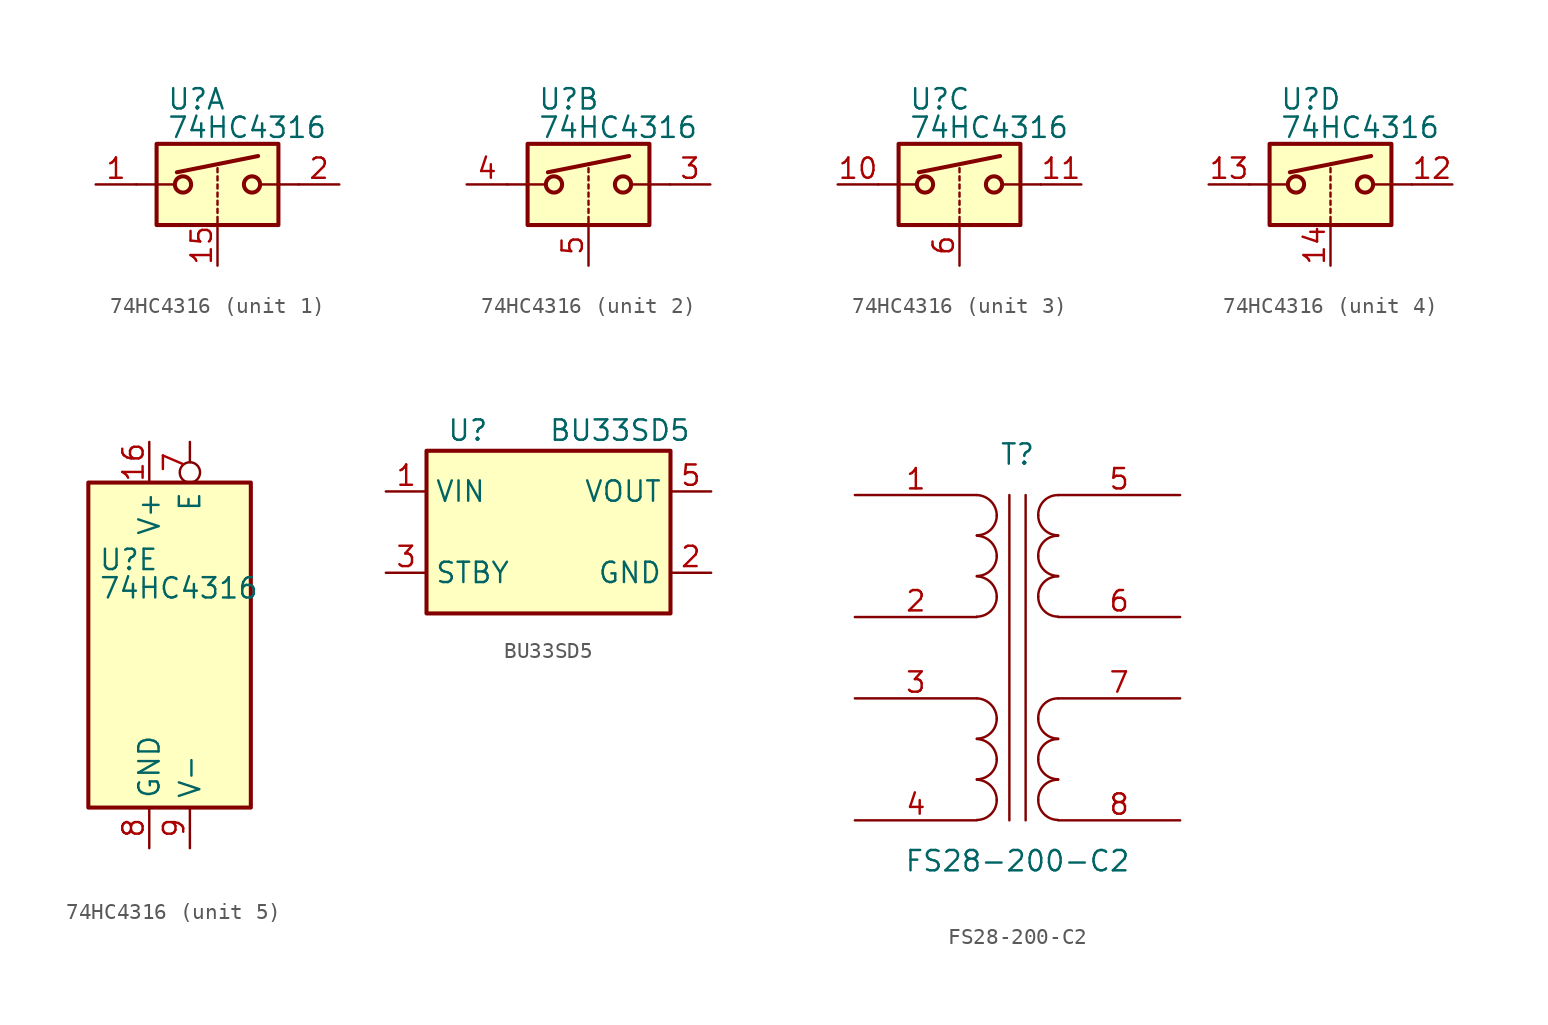
<source format=kicad_sym>
(kicad_symbol_lib
  (version 20211014)
  (generator kicad_symbol_editor)
  (symbol "74HC4316"
    (property "Reference" "U"
      (at -3.175 5.334 0)
      (effects (font (size 1.27 1.27)) (justify left)))
    (property "Value" "74HC4316"
      (at -3.175 3.556 0)
      (effects (font (size 1.27 1.27)) (justify left)))
    (symbol "74HC4316_1_1"
      (rectangle (start -3.81 2.54) (end 3.81 -2.54) (stroke (width 0.254) (type default) (color 0 0 0 0)) (fill (type background)))
      (circle (center -2.159 0) (radius 0.508) (stroke (width 0.254) (type default) (color 0 0 0 0)) (fill (type none)))
      (polyline (pts (xy -5.08 0) (xy -2.794 0)) (stroke (width 0) (type default) (color 0 0 0 0)) (fill (type none)))
      (polyline (pts (xy -2.54 0.762) (xy 2.54 1.778)) (stroke (width 0.254) (type default) (color 0 0 0 0)) (fill (type none)))
      (polyline (pts (xy 0 -2.54) (xy 0 -2.032)) (stroke (width 0) (type default) (color 0 0 0 0)) (fill (type none)))
      (polyline (pts (xy 0 -1.778) (xy 0 -1.524)) (stroke (width 0) (type default) (color 0 0 0 0)) (fill (type none)))
      (polyline (pts (xy 0 -1.27) (xy 0 -1.016)) (stroke (width 0) (type default) (color 0 0 0 0)) (fill (type none)))
      (polyline (pts (xy 0 -0.762) (xy 0 -0.508)) (stroke (width 0) (type default) (color 0 0 0 0)) (fill (type none)))
      (polyline (pts (xy 0 -0.254) (xy 0 0)) (stroke (width 0) (type default) (color 0 0 0 0)) (fill (type none)))
      (polyline (pts (xy 0 0.254) (xy 0 0.508)) (stroke (width 0) (type default) (color 0 0 0 0)) (fill (type none)))
      (polyline (pts (xy 0 0.762) (xy 0 1.016)) (stroke (width 0) (type default) (color 0 0 0 0)) (fill (type none)))
      (polyline (pts (xy 5.08 0) (xy 2.794 0)) (stroke (width 0) (type default) (color 0 0 0 0)) (fill (type none)))
      (circle (center 2.159 0) (radius 0.508) (stroke (width 0.254) (type default) (color 0 0 0 0)) (fill (type none)))
      (pin passive line (at -7.62 0 0) (length 2.54) (name "~" (effects (font (size 1.27 1.27)))) (number "1" (effects (font (size 1.27 1.27)))))
      (pin input line (at 0 -5.08 90) (length 2.54) (name "~" (effects (font (size 1.27 1.27)))) (number "15" (effects (font (size 1.27 1.27)))))
      (pin passive line (at 7.62 0 180) (length 2.54) (name "~" (effects (font (size 1.27 1.27)))) (number "2" (effects (font (size 1.27 1.27))))))
    (symbol "74HC4316_2_1"
      (rectangle (start -3.81 2.54) (end 3.81 -2.54) (stroke (width 0.254) (type default) (color 0 0 0 0)) (fill (type background)))
      (circle (center -2.159 0) (radius 0.508) (stroke (width 0.254) (type default) (color 0 0 0 0)) (fill (type none)))
      (polyline (pts (xy -5.08 0) (xy -2.794 0)) (stroke (width 0) (type default) (color 0 0 0 0)) (fill (type none)))
      (polyline (pts (xy -2.54 0.762) (xy 2.54 1.778)) (stroke (width 0.254) (type default) (color 0 0 0 0)) (fill (type none)))
      (polyline (pts (xy 0 -2.54) (xy 0 -2.032)) (stroke (width 0) (type default) (color 0 0 0 0)) (fill (type none)))
      (polyline (pts (xy 0 -1.778) (xy 0 -1.524)) (stroke (width 0) (type default) (color 0 0 0 0)) (fill (type none)))
      (polyline (pts (xy 0 -1.27) (xy 0 -1.016)) (stroke (width 0) (type default) (color 0 0 0 0)) (fill (type none)))
      (polyline (pts (xy 0 -0.762) (xy 0 -0.508)) (stroke (width 0) (type default) (color 0 0 0 0)) (fill (type none)))
      (polyline (pts (xy 0 -0.254) (xy 0 0)) (stroke (width 0) (type default) (color 0 0 0 0)) (fill (type none)))
      (polyline (pts (xy 0 0.254) (xy 0 0.508)) (stroke (width 0) (type default) (color 0 0 0 0)) (fill (type none)))
      (polyline (pts (xy 0 0.762) (xy 0 1.016)) (stroke (width 0) (type default) (color 0 0 0 0)) (fill (type none)))
      (polyline (pts (xy 5.08 0) (xy 2.794 0)) (stroke (width 0) (type default) (color 0 0 0 0)) (fill (type none)))
      (circle (center 2.159 0) (radius 0.508) (stroke (width 0.254) (type default) (color 0 0 0 0)) (fill (type none)))
      (pin passive line (at 7.62 0 180) (length 2.54) (name "~" (effects (font (size 1.27 1.27)))) (number "3" (effects (font (size 1.27 1.27)))))
      (pin passive line (at -7.62 0 0) (length 2.54) (name "~" (effects (font (size 1.27 1.27)))) (number "4" (effects (font (size 1.27 1.27)))))
      (pin input line (at 0 -5.08 90) (length 2.54) (name "~" (effects (font (size 1.27 1.27)))) (number "5" (effects (font (size 1.27 1.27))))))
    (symbol "74HC4316_3_1"
      (rectangle (start -3.81 2.54) (end 3.81 -2.54) (stroke (width 0.254) (type default) (color 0 0 0 0)) (fill (type background)))
      (circle (center -2.159 0) (radius 0.508) (stroke (width 0.254) (type default) (color 0 0 0 0)) (fill (type none)))
      (polyline (pts (xy -5.08 0) (xy -2.794 0)) (stroke (width 0) (type default) (color 0 0 0 0)) (fill (type none)))
      (polyline (pts (xy -2.54 0.762) (xy 2.54 1.778)) (stroke (width 0.254) (type default) (color 0 0 0 0)) (fill (type none)))
      (polyline (pts (xy 0 -2.54) (xy 0 -2.032)) (stroke (width 0) (type default) (color 0 0 0 0)) (fill (type none)))
      (polyline (pts (xy 0 -1.778) (xy 0 -1.524)) (stroke (width 0) (type default) (color 0 0 0 0)) (fill (type none)))
      (polyline (pts (xy 0 -1.27) (xy 0 -1.016)) (stroke (width 0) (type default) (color 0 0 0 0)) (fill (type none)))
      (polyline (pts (xy 0 -0.762) (xy 0 -0.508)) (stroke (width 0) (type default) (color 0 0 0 0)) (fill (type none)))
      (polyline (pts (xy 0 -0.254) (xy 0 0)) (stroke (width 0) (type default) (color 0 0 0 0)) (fill (type none)))
      (polyline (pts (xy 0 0.254) (xy 0 0.508)) (stroke (width 0) (type default) (color 0 0 0 0)) (fill (type none)))
      (polyline (pts (xy 0 0.762) (xy 0 1.016)) (stroke (width 0) (type default) (color 0 0 0 0)) (fill (type none)))
      (polyline (pts (xy 5.08 0) (xy 2.794 0)) (stroke (width 0) (type default) (color 0 0 0 0)) (fill (type none)))
      (circle (center 2.159 0) (radius 0.508) (stroke (width 0.254) (type default) (color 0 0 0 0)) (fill (type none)))
      (pin passive line (at -7.62 0 0) (length 2.54) (name "~" (effects (font (size 1.27 1.27)))) (number "10" (effects (font (size 1.27 1.27)))))
      (pin passive line (at 7.62 0 180) (length 2.54) (name "~" (effects (font (size 1.27 1.27)))) (number "11" (effects (font (size 1.27 1.27)))))
      (pin input line (at 0 -5.08 90) (length 2.54) (name "~" (effects (font (size 1.27 1.27)))) (number "6" (effects (font (size 1.27 1.27))))))
    (symbol "74HC4316_4_1"
      (rectangle (start -3.81 2.54) (end 3.81 -2.54) (stroke (width 0.254) (type default) (color 0 0 0 0)) (fill (type background)))
      (circle (center -2.159 0) (radius 0.508) (stroke (width 0.254) (type default) (color 0 0 0 0)) (fill (type none)))
      (polyline (pts (xy -5.08 0) (xy -2.794 0)) (stroke (width 0) (type default) (color 0 0 0 0)) (fill (type none)))
      (polyline (pts (xy -2.54 0.762) (xy 2.54 1.778)) (stroke (width 0.254) (type default) (color 0 0 0 0)) (fill (type none)))
      (polyline (pts (xy 0 -2.54) (xy 0 -2.032)) (stroke (width 0) (type default) (color 0 0 0 0)) (fill (type none)))
      (polyline (pts (xy 0 -1.778) (xy 0 -1.524)) (stroke (width 0) (type default) (color 0 0 0 0)) (fill (type none)))
      (polyline (pts (xy 0 -1.27) (xy 0 -1.016)) (stroke (width 0) (type default) (color 0 0 0 0)) (fill (type none)))
      (polyline (pts (xy 0 -0.762) (xy 0 -0.508)) (stroke (width 0) (type default) (color 0 0 0 0)) (fill (type none)))
      (polyline (pts (xy 0 -0.254) (xy 0 0)) (stroke (width 0) (type default) (color 0 0 0 0)) (fill (type none)))
      (polyline (pts (xy 0 0.254) (xy 0 0.508)) (stroke (width 0) (type default) (color 0 0 0 0)) (fill (type none)))
      (polyline (pts (xy 0 0.762) (xy 0 1.016)) (stroke (width 0) (type default) (color 0 0 0 0)) (fill (type none)))
      (polyline (pts (xy 5.08 0) (xy 2.794 0)) (stroke (width 0) (type default) (color 0 0 0 0)) (fill (type none)))
      (circle (center 2.159 0) (radius 0.508) (stroke (width 0.254) (type default) (color 0 0 0 0)) (fill (type none)))
      (pin passive line (at 7.62 0 180) (length 2.54) (name "~" (effects (font (size 1.27 1.27)))) (number "12" (effects (font (size 1.27 1.27)))))
      (pin passive line (at -7.62 0 0) (length 2.54) (name "~" (effects (font (size 1.27 1.27)))) (number "13" (effects (font (size 1.27 1.27)))))
      (pin input line (at 0 -5.08 90) (length 2.54) (name "~" (effects (font (size 1.27 1.27)))) (number "14" (effects (font (size 1.27 1.27))))))
    (symbol "74HC4316_5_0"
      (pin power_in line (at 0 12.7 270) (length 2.54) (name "V+" (effects (font (size 1.27 1.27)))) (number "16" (effects (font (size 1.27 1.27)))))
      (pin input inverted (at 2.54 12.7 270) (length 2.54) (name "E" (effects (font (size 1.27 1.27)))) (number "7" (effects (font (size 1.27 1.27)))))
      (pin power_in line (at 0 -12.7 90) (length 2.54) (name "GND" (effects (font (size 1.27 1.27)))) (number "8" (effects (font (size 1.27 1.27)))))
      (pin power_in line (at 2.54 -12.7 90) (length 2.54) (name "V-" (effects (font (size 1.27 1.27)))) (number "9" (effects (font (size 1.27 1.27))))))
    (symbol "74HC4316_5_1"
      (rectangle (start -3.81 10.16) (end 6.35 -10.16) (stroke (width 0.254) (type default) (color 0 0 0 0)) (fill (type background)))))
  (symbol "BU33SD5"
    (property "Reference" "U"
      (at -6.35 6.35 0)
      (effects (font (size 1.27 1.27)) (justify left)))
    (property "Value" "BU33SD5"
      (at 0 6.35 0)
      (effects (font (size 1.27 1.27)) (justify left)))
    (symbol "BU33SD5_0_1"
      (rectangle (start -7.62 5.08) (end 7.62 -5.08) (stroke (width 0.254) (type default) (color 0 0 0 0)) (fill (type background))))
    (symbol "BU33SD5_1_1"
      (pin power_in line (at -10.16 2.54 0) (length 2.54) (name "VIN" (effects (font (size 1.27 1.27)))) (number "1" (effects (font (size 1.27 1.27)))))
      (pin power_in line (at 10.16 -2.54 180) (length 2.54) (name "GND" (effects (font (size 1.27 1.27)))) (number "2" (effects (font (size 1.27 1.27)))))
      (pin input line (at -10.16 -2.54 0) (length 2.54) (name "STBY" (effects (font (size 1.27 1.27)))) (number "3" (effects (font (size 1.27 1.27)))))
      (pin power_out line (at 10.16 2.54 180) (length 2.54) (name "VOUT" (effects (font (size 1.27 1.27)))) (number "5" (effects (font (size 1.27 1.27)))))))
  (symbol "FS28-200-C2"
    (pin_names
      (offset 1.016) hide)
    (property "Reference" "T"
      (at 0 12.7 0)
      (effects (font (size 1.27 1.27))))
    (property "Value" "FS28-200-C2"
      (at 0 -12.7 0)
      (effects (font (size 1.27 1.27))))
    (symbol "FS28-200-C2_0_1"
      (polyline (pts (xy -0.508 -10.16) (xy -0.508 10.16)) (stroke (width 0) (type default) (color 0 0 0 0)) (fill (type none)))
      (polyline (pts (xy 0.508 10.16) (xy 0.508 -10.16)) (stroke (width 0) (type default) (color 0 0 0 0)) (fill (type none)))
      (arc (start 1.2954 -8.89) (mid 1.6599 -9.7701) (end 2.54 -10.1346) (stroke (width 0) (type default) (color 0 0 0 0)) (fill (type none)))
      (arc (start 1.2954 -6.35) (mid 1.6599 -7.2301) (end 2.54 -7.5946) (stroke (width 0) (type default) (color 0 0 0 0)) (fill (type none)))
      (arc (start 1.2954 -3.81) (mid 1.6599 -4.6901) (end 2.54 -5.0546) (stroke (width 0) (type default) (color 0 0 0 0)) (fill (type none)))
      (arc (start 1.2954 3.81) (mid 1.6599 2.9299) (end 2.54 2.5654) (stroke (width 0) (type default) (color 0 0 0 0)) (fill (type none)))
      (arc (start 1.2954 6.35) (mid 1.6599 5.4699) (end 2.54 5.1054) (stroke (width 0) (type default) (color 0 0 0 0)) (fill (type none)))
      (arc (start 1.2954 8.89) (mid 1.6599 8.0099) (end 2.54 7.6454) (stroke (width 0) (type default) (color 0 0 0 0)) (fill (type none)))
      (arc (start 2.54 -7.62) (mid 1.642 -7.992) (end 1.2954 -8.89) (stroke (width 0) (type default) (color 0 0 0 0)) (fill (type none)))
      (arc (start 2.54 -5.08) (mid 1.642 -5.452) (end 1.2954 -6.35) (stroke (width 0) (type default) (color 0 0 0 0)) (fill (type none)))
      (arc (start 2.54 -2.54) (mid 1.642 -2.912) (end 1.2954 -3.81) (stroke (width 0) (type default) (color 0 0 0 0)) (fill (type none)))
      (arc (start 2.54 5.08) (mid 1.642 4.708) (end 1.2954 3.81) (stroke (width 0) (type default) (color 0 0 0 0)) (fill (type none)))
      (arc (start 2.54 7.62) (mid 1.642 7.248) (end 1.2954 6.35) (stroke (width 0) (type default) (color 0 0 0 0)) (fill (type none)))
      (arc (start 2.54 10.16) (mid 1.642 9.788) (end 1.2954 8.89) (stroke (width 0) (type default) (color 0 0 0 0)) (fill (type none))))
    (symbol "FS28-200-C2_1_1"
      (arc (start -2.54 -10.1346) (mid -1.6599 -9.7701) (end -1.2954 -8.89) (stroke (width 0) (type default) (color 0 0 0 0)) (fill (type none)))
      (arc (start -2.54 -7.5946) (mid -1.6599 -7.2301) (end -1.2954 -6.35) (stroke (width 0) (type default) (color 0 0 0 0)) (fill (type none)))
      (arc (start -2.54 -5.0546) (mid -1.6599 -4.6901) (end -1.2954 -3.81) (stroke (width 0) (type default) (color 0 0 0 0)) (fill (type none)))
      (arc (start -2.54 2.5654) (mid -1.6599 2.9299) (end -1.2954 3.81) (stroke (width 0) (type default) (color 0 0 0 0)) (fill (type none)))
      (arc (start -2.54 5.1054) (mid -1.6599 5.4699) (end -1.2954 6.35) (stroke (width 0) (type default) (color 0 0 0 0)) (fill (type none)))
      (arc (start -2.54 7.6454) (mid -1.6599 8.0099) (end -1.2954 8.89) (stroke (width 0) (type default) (color 0 0 0 0)) (fill (type none)))
      (arc (start -1.2954 -8.89) (mid -1.6599 -8.0099) (end -2.54 -7.62) (stroke (width 0) (type default) (color 0 0 0 0)) (fill (type none)))
      (arc (start -1.2954 -6.35) (mid -1.6599 -5.4699) (end -2.54 -5.08) (stroke (width 0) (type default) (color 0 0 0 0)) (fill (type none)))
      (arc (start -1.2954 -3.81) (mid -1.6599 -2.9299) (end -2.54 -2.54) (stroke (width 0) (type default) (color 0 0 0 0)) (fill (type none)))
      (arc (start -1.2954 3.81) (mid -1.6599 4.6901) (end -2.54 5.08) (stroke (width 0) (type default) (color 0 0 0 0)) (fill (type none)))
      (arc (start -1.2954 6.35) (mid -1.6599 7.2301) (end -2.54 7.62) (stroke (width 0) (type default) (color 0 0 0 0)) (fill (type none)))
      (arc (start -1.2954 8.89) (mid -1.6599 9.7701) (end -2.54 10.16) (stroke (width 0) (type default) (color 0 0 0 0)) (fill (type none)))
      (pin passive line (at -10.16 10.16 0) (length 7.62) (name "PA" (effects (font (size 1.27 1.27)))) (number "1" (effects (font (size 1.27 1.27)))))
      (pin passive line (at -10.16 2.54 0) (length 7.62) (name "PA" (effects (font (size 1.27 1.27)))) (number "2" (effects (font (size 1.27 1.27)))))
      (pin passive line (at -10.16 -2.54 0) (length 7.62) (name "PB" (effects (font (size 1.27 1.27)))) (number "3" (effects (font (size 1.27 1.27)))))
      (pin passive line (at -10.16 -10.16 0) (length 7.62) (name "PB" (effects (font (size 1.27 1.27)))) (number "4" (effects (font (size 1.27 1.27)))))
      (pin passive line (at 10.16 10.16 180) (length 7.62) (name "SA" (effects (font (size 1.27 1.27)))) (number "5" (effects (font (size 1.27 1.27)))))
      (pin passive line (at 10.16 2.54 180) (length 7.62) (name "SA" (effects (font (size 1.27 1.27)))) (number "6" (effects (font (size 1.27 1.27)))))
      (pin passive line (at 10.16 -2.54 180) (length 7.62) (name "SB" (effects (font (size 1.27 1.27)))) (number "7" (effects (font (size 1.27 1.27)))))
      (pin passive line (at 10.16 -10.16 180) (length 7.62) (name "SB" (effects (font (size 1.27 1.27)))) (number "8" (effects (font (size 1.27 1.27))))))))
</source>
